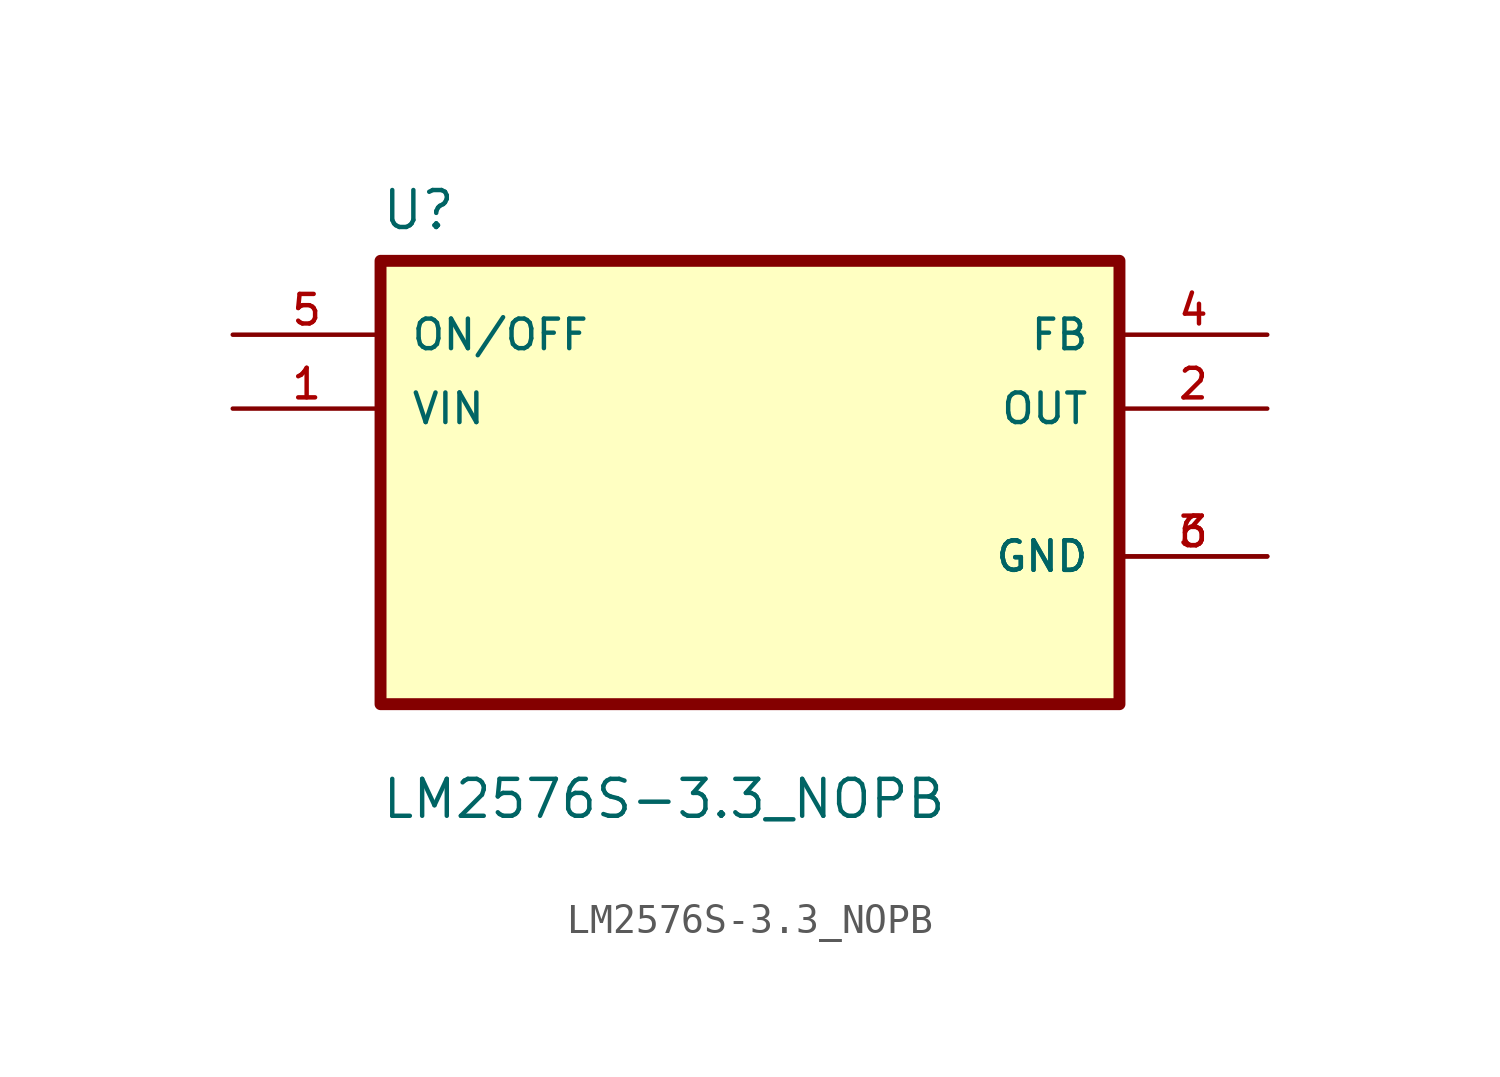
<source format=kicad_sym>
(kicad_symbol_lib
  (version 20211014)
  (generator kicad_symbol_editor)
  (symbol "LM2576S-3.3_NOPB"
    (pin_names
      (offset 1.016))
    (property "Reference" "U"
      (at -12.7 8.62 0.0)
      (effects (font (size 1.27 1.27)) (justify bottom left)))
    (property "Value" "LM2576S-3.3_NOPB"
      (at -12.7 -11.62 0.0)
      (effects (font (size 1.27 1.27)) (justify bottom left)))
    (symbol "LM2576S-3.3_NOPB_0_0"
      (rectangle (start -12.7 -7.62) (end 12.7 7.62) (stroke (width 0.41)) (fill (type background)))
      (pin input line (at -17.78 5.08 0) (length 5.08) (name "ON/OFF" (effects (font (size 1.016 1.016)))) (number "5" (effects (font (size 1.016 1.016)))))
      (pin input line (at -17.78 2.54 0) (length 5.08) (name "VIN" (effects (font (size 1.016 1.016)))) (number "1" (effects (font (size 1.016 1.016)))))
      (pin output line (at 17.78 5.08 180.0) (length 5.08) (name "FB" (effects (font (size 1.016 1.016)))) (number "4" (effects (font (size 1.016 1.016)))))
      (pin output line (at 17.78 2.54 180.0) (length 5.08) (name "OUT" (effects (font (size 1.016 1.016)))) (number "2" (effects (font (size 1.016 1.016)))))
      (pin power_in line (at 17.78 -2.54 180.0) (length 5.08) (name "GND" (effects (font (size 1.016 1.016)))) (number "3" (effects (font (size 1.016 1.016)))))
      (pin power_in line (at 17.78 -2.54 180.0) (length 5.08) (name "GND" (effects (font (size 1.016 1.016)))) (number "6" (effects (font (size 1.016 1.016))))))))
</source>
